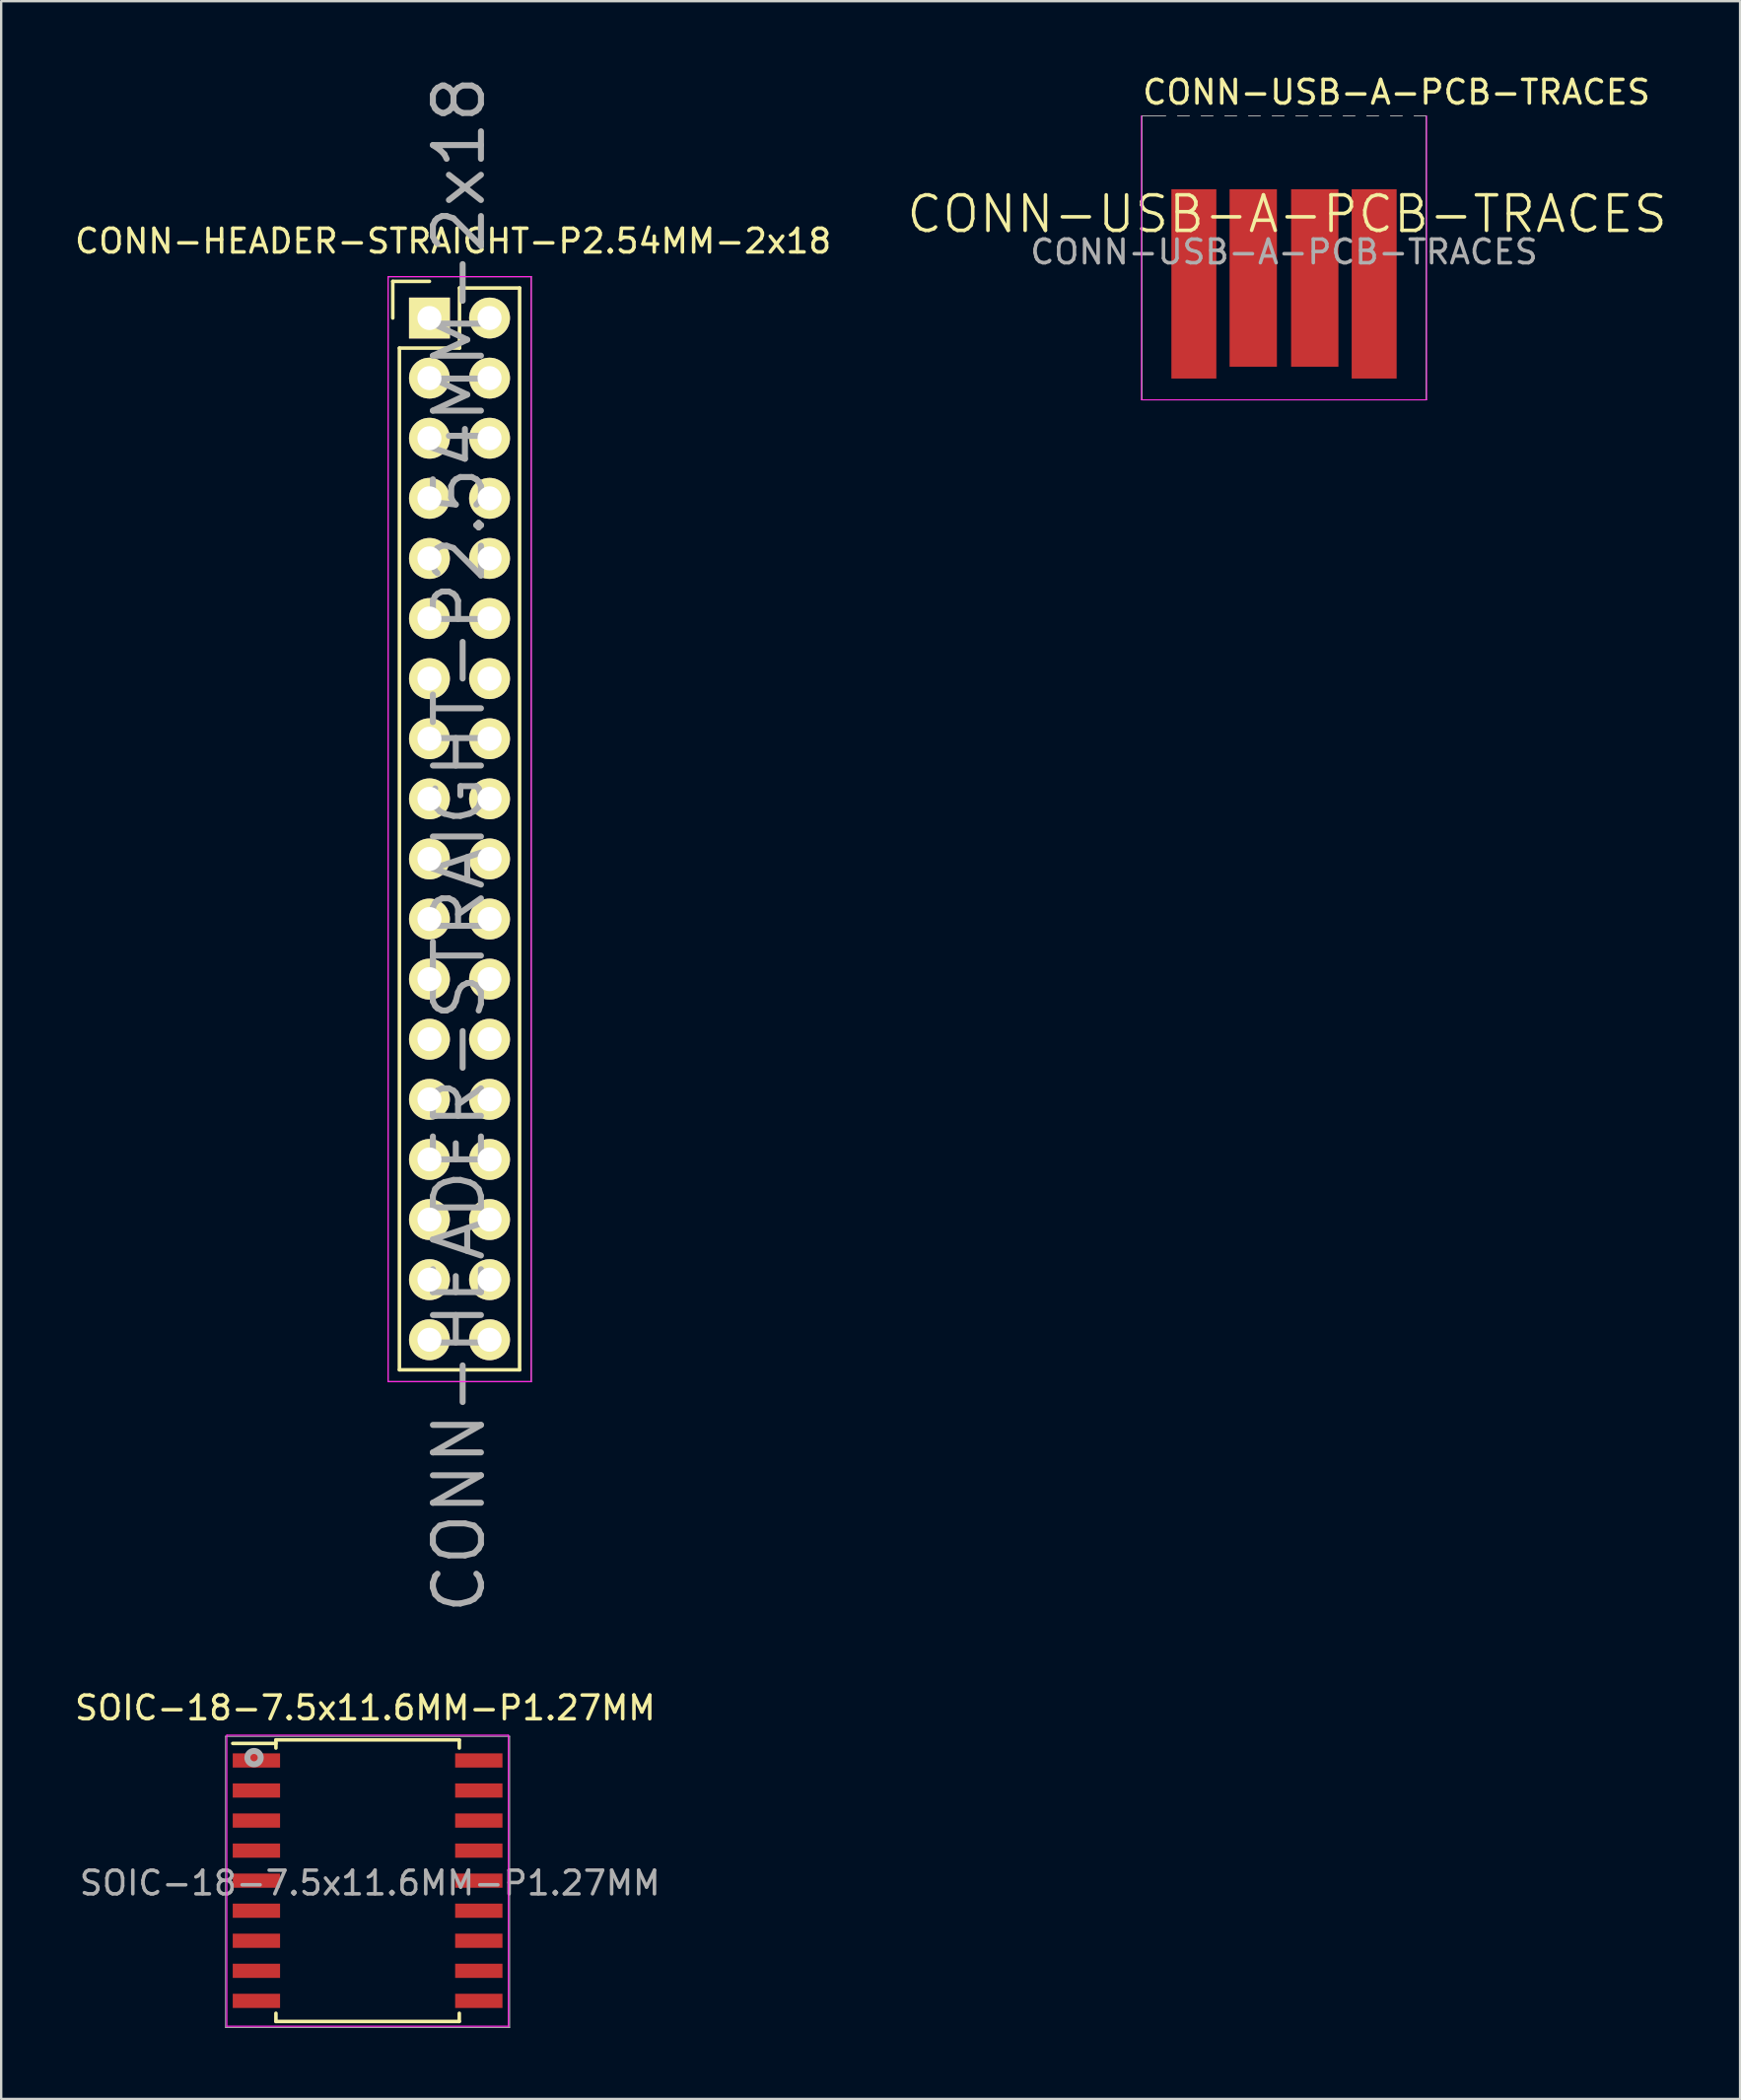
<source format=kicad_pcb>
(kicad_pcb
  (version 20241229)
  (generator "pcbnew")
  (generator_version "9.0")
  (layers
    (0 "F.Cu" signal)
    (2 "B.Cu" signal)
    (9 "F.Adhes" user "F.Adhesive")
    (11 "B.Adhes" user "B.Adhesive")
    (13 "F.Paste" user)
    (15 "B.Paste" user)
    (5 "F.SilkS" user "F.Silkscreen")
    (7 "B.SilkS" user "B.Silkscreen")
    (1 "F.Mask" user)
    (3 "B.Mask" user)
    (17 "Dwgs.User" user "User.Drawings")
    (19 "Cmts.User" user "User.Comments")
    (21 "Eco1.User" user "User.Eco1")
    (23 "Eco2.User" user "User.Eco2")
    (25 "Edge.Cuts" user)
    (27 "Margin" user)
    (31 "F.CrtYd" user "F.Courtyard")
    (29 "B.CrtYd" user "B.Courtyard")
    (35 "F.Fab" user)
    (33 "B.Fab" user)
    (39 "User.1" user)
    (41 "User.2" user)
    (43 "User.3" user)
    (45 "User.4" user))
  (footprint "SOIC-18-7.5x11.6MM-P1.27MM"
    (layer "F.Cu")
    (at 12.487 76.431)
    (property "Reference" "SOIC-18-7.5x11.6MM-P1.27MM" (at 0.1 0.1 0) (layer "F.Fab") (effects (font (size 1 1) (thickness 0.15))))
    (attr smd)
    (fp_line (start -3.875 -5.95) (end -3.875 -5.605) (stroke (width 0.15) (type solid)) (layer "F.SilkS"))
    (fp_line (start -3.875 -5.95) (end 3.875 -5.95) (stroke (width 0.15) (type solid)) (layer "F.SilkS"))
    (fp_line (start -3.875 -5.8) (end -5.7 -5.8) (stroke (width 0.15) (type solid)) (layer "F.SilkS"))
    (fp_line (start -3.875 5.95) (end -3.875 5.605) (stroke (width 0.15) (type solid)) (layer "F.SilkS"))
    (fp_line (start -3.875 5.95) (end 3.875 5.95) (stroke (width 0.15) (type solid)) (layer "F.SilkS"))
    (fp_line (start 3.875 -5.95) (end 3.875 -5.605) (stroke (width 0.15) (type solid)) (layer "F.SilkS"))
    (fp_line (start 3.875 5.95) (end 3.875 5.605) (stroke (width 0.15) (type solid)) (layer "F.SilkS"))
    (fp_line (start -5.95 -6.15) (end -5.95 6.15) (stroke (width 0.05) (type solid)) (layer "F.CrtYd"))
    (fp_line (start -5.95 -6.15) (end 5.95 -6.15) (stroke (width 0.05) (type solid)) (layer "F.CrtYd"))
    (fp_line (start -5.95 6.15) (end 5.95 6.15) (stroke (width 0.05) (type solid)) (layer "F.CrtYd"))
    (fp_line (start 5.95 -6.15) (end 5.95 6.15) (stroke (width 0.05) (type solid)) (layer "F.CrtYd"))
    (fp_line (start -6 -6.1) (end -6 6.2) (stroke (width 0.051) (type solid)) (layer "F.Fab"))
    (fp_line (start -6 6.2) (end 6 6.2) (stroke (width 0.051) (type solid)) (layer "F.Fab"))
    (fp_line (start 6 -6.1) (end -6 -6.1) (stroke (width 0.051) (type solid)) (layer "F.Fab"))
    (fp_line (start 6 6.2) (end 6 -6.1) (stroke (width 0.051) (type solid)) (layer "F.Fab"))
    (fp_circle (center -4.8 -5.2) (end -4.6 -5) (stroke (width 0.254) (type solid)) (fill no) (layer "F.Fab"))
    (fp_text user "${REFERENCE}" (at -0.1 -7.3 0) (layer "F.SilkS") (effects (font (size 1 1) (thickness 0.15))))
    (pad "1" smd rect (at -4.7 -5.08) (size 2 0.6) (layers "F.Cu" "F.Mask" "F.Paste"))
    (pad "2" smd rect (at -4.7 -3.81) (size 2 0.6) (layers "F.Cu" "F.Mask" "F.Paste"))
    (pad "3" smd rect (at -4.7 -2.54) (size 2 0.6) (layers "F.Cu" "F.Mask" "F.Paste"))
    (pad "4" smd rect (at -4.7 -1.27) (size 2 0.6) (layers "F.Cu" "F.Mask" "F.Paste"))
    (pad "5" smd rect (at -4.7 0) (size 2 0.6) (layers "F.Cu" "F.Mask" "F.Paste"))
    (pad "6" smd rect (at -4.7 1.27) (size 2 0.6) (layers "F.Cu" "F.Mask" "F.Paste"))
    (pad "7" smd rect (at -4.7 2.54) (size 2 0.6) (layers "F.Cu" "F.Mask" "F.Paste"))
    (pad "8" smd rect (at -4.7 3.81) (size 2 0.6) (layers "F.Cu" "F.Mask" "F.Paste"))
    (pad "9" smd rect (at -4.7 5.08) (size 2 0.6) (layers "F.Cu" "F.Mask" "F.Paste"))
    (pad "10" smd rect (at 4.7 5.08) (size 2 0.6) (layers "F.Cu" "F.Mask" "F.Paste"))
    (pad "11" smd rect (at 4.7 3.81) (size 2 0.6) (layers "F.Cu" "F.Mask" "F.Paste"))
    (pad "12" smd rect (at 4.7 2.54) (size 2 0.6) (layers "F.Cu" "F.Mask" "F.Paste"))
    (pad "13" smd rect (at 4.7 1.27) (size 2 0.6) (layers "F.Cu" "F.Mask" "F.Paste"))
    (pad "14" smd rect (at 4.7 0) (size 2 0.6) (layers "F.Cu" "F.Mask" "F.Paste"))
    (pad "15" smd rect (at 4.7 -1.27) (size 2 0.6) (layers "F.Cu" "F.Mask" "F.Paste"))
    (pad "16" smd rect (at 4.7 -2.54) (size 2 0.6) (layers "F.Cu" "F.Mask" "F.Paste"))
    (pad "17" smd rect (at 4.7 -3.81) (size 2 0.6) (layers "F.Cu" "F.Mask" "F.Paste"))
    (pad "18" smd rect (at 4.7 -5.08) (size 2 0.6) (layers "F.Cu" "F.Mask" "F.Paste")))
  (footprint "CONN-USB-A-PCB-TRACES"
    (layer "F.Cu")
    (at 51.219 13.848)
    (property "Reference" "CONN-USB-A-PCB-TRACES" (at 0.13 -7.85 0) (layer "F.SilkS") (effects (font (size 1.5 1.5) (thickness 0.15))))
    (attr exclude_from_pos_files exclude_from_bom)
    (fp_line (start -6.03 0) (end -6.03 -12) (stroke (width 0.041) (type solid)) (layer "F.CrtYd"))
    (fp_line (start 6.03 0) (end -6.03 0) (stroke (width 0.041) (type solid)) (layer "F.CrtYd"))
    (fp_line (start 6.03 0) (end 6.03 -12) (stroke (width 0.041) (type solid)) (layer "F.CrtYd"))
    (fp_line (start -6 -12) (end -5 -12) (stroke (width 0.041) (type solid)) (layer "F.Fab"))
    (fp_line (start -6 0) (end -6 -12) (stroke (width 0.041) (type solid)) (layer "F.Fab"))
    (fp_line (start -4.5 -12) (end -4 -12) (stroke (width 0.041) (type solid)) (layer "F.Fab"))
    (fp_line (start -3.5 -12) (end -3 -12) (stroke (width 0.041) (type solid)) (layer "F.Fab"))
    (fp_line (start -2.5 -12) (end -2 -12) (stroke (width 0.041) (type solid)) (layer "F.Fab"))
    (fp_line (start -1.5 -12) (end -1 -12) (stroke (width 0.041) (type solid)) (layer "F.Fab"))
    (fp_line (start -0.5 -12) (end 0 -12) (stroke (width 0.041) (type solid)) (layer "F.Fab"))
    (fp_line (start 0.5 -12) (end 1 -12) (stroke (width 0.041) (type solid)) (layer "F.Fab"))
    (fp_line (start 1.5 -12) (end 2 -12) (stroke (width 0.041) (type solid)) (layer "F.Fab"))
    (fp_line (start 2.5 -12) (end 3 -12) (stroke (width 0.041) (type solid)) (layer "F.Fab"))
    (fp_line (start 3.5 -12) (end 4 -12) (stroke (width 0.041) (type solid)) (layer "F.Fab"))
    (fp_line (start 4.5 -12) (end 5 -12) (stroke (width 0.041) (type solid)) (layer "F.Fab"))
    (fp_line (start 5.5 -12) (end 6 -12) (stroke (width 0.041) (type solid)) (layer "F.Fab"))
    (fp_line (start 6 -12) (end 6 0) (stroke (width 0.041) (type solid)) (layer "F.Fab"))
    (fp_line (start 6 0) (end -6 0) (stroke (width 0.041) (type solid)) (layer "F.Fab"))
    (fp_text user "${REFERENCE}" (at 4.75 -13 0) (layer "F.SilkS") (effects (font (size 1 1) (thickness 0.15))))
    (fp_text user "${REFERENCE}" (at 0 -6.25 0) (layer "F.Fab") (effects (font (size 1 1) (thickness 0.15))))
    (pad "1" connect rect (at 3.81 -4.9) (size 1.9 8) (layers "F.Cu" "F.Mask"))
    (pad "2" connect rect (at 1.3 -5.15) (size 2 7.5) (layers "F.Cu" "F.Mask"))
    (pad "3" connect rect (at -1.3 -5.15) (size 2 7.5) (layers "F.Cu" "F.Mask"))
    (pad "4" connect rect (at -3.81 -4.9) (size 1.9 8) (layers "F.Cu" "F.Mask")))
  (footprint "CONN-HEADER-STRAIGHT-P2.54MM-2x18"
    (layer "F.Cu")
    (at 15.101 10.391)
    (property "Reference" "CONN-HEADER-STRAIGHT-P2.54MM-2x18" (at 1.25 22.25 90) (layer "F.Fab") (effects (font (size 2.032 2.032) (thickness 0.254))))
    (attr through_hole)
    (fp_line (start -1.55 -1.55) (end -1.55 0) (stroke (width 0.15) (type solid)) (layer "F.SilkS"))
    (fp_line (start -1.27 44.45) (end -1.27 1.27) (stroke (width 0.15) (type solid)) (layer "F.SilkS"))
    (fp_line (start 0 -1.55) (end -1.55 -1.55) (stroke (width 0.15) (type solid)) (layer "F.SilkS"))
    (fp_line (start 1.27 -1.27) (end 1.27 1.27) (stroke (width 0.15) (type solid)) (layer "F.SilkS"))
    (fp_line (start 1.27 1.27) (end -1.27 1.27) (stroke (width 0.15) (type solid)) (layer "F.SilkS"))
    (fp_line (start 3.81 -1.27) (end 1.27 -1.27) (stroke (width 0.15) (type solid)) (layer "F.SilkS"))
    (fp_line (start 3.81 -1.27) (end 3.81 44.45) (stroke (width 0.15) (type solid)) (layer "F.SilkS"))
    (fp_line (start 3.81 44.45) (end -1.27 44.45) (stroke (width 0.15) (type solid)) (layer "F.SilkS"))
    (fp_line (start -1.75 -1.75) (end -1.75 44.95) (stroke (width 0.05) (type solid)) (layer "F.CrtYd"))
    (fp_line (start -1.75 -1.75) (end 4.3 -1.75) (stroke (width 0.05) (type solid)) (layer "F.CrtYd"))
    (fp_line (start -1.75 44.95) (end 4.3 44.95) (stroke (width 0.05) (type solid)) (layer "F.CrtYd"))
    (fp_line (start 4.3 -1.75) (end 4.3 44.95) (stroke (width 0.05) (type solid)) (layer "F.CrtYd"))
    (fp_line (start -1.75 -1.75) (end -1.75 44.95) (stroke (width 0.05) (type solid)) (layer "F.Fab"))
    (fp_line (start -1.75 -1.75) (end 4.3 -1.75) (stroke (width 0.05) (type solid)) (layer "F.Fab"))
    (fp_line (start -1.75 44.95) (end 4.3 44.95) (stroke (width 0.05) (type solid)) (layer "F.Fab"))
    (fp_line (start 4.3 -1.75) (end 4.3 44.95) (stroke (width 0.05) (type solid)) (layer "F.Fab"))
    (fp_text user "${REFERENCE}" (at 1 -3.25 0) (layer "F.SilkS") (effects (font (size 1 1) (thickness 0.15))))
    (pad "1" thru_hole rect (at 0 0) (size 1.727 1.727) (drill 1.016) (layers "*.Cu" "*.Mask" "F.SilkS"))
    (pad "2" thru_hole oval (at 2.54 0) (size 1.727 1.727) (drill 1.016) (layers "*.Cu" "*.Mask" "F.SilkS"))
    (pad "3" thru_hole oval (at 0 2.54) (size 1.727 1.727) (drill 1.016) (layers "*.Cu" "*.Mask" "F.SilkS"))
    (pad "4" thru_hole oval (at 2.54 2.54) (size 1.727 1.727) (drill 1.016) (layers "*.Cu" "*.Mask" "F.SilkS"))
    (pad "5" thru_hole oval (at 0 5.08) (size 1.727 1.727) (drill 1.016) (layers "*.Cu" "*.Mask" "F.SilkS"))
    (pad "6" thru_hole oval (at 2.54 5.08) (size 1.727 1.727) (drill 1.016) (layers "*.Cu" "*.Mask" "F.SilkS"))
    (pad "7" thru_hole oval (at 0 7.62) (size 1.727 1.727) (drill 1.016) (layers "*.Cu" "*.Mask" "F.SilkS"))
    (pad "8" thru_hole oval (at 2.54 7.62) (size 1.727 1.727) (drill 1.016) (layers "*.Cu" "*.Mask" "F.SilkS"))
    (pad "9" thru_hole oval (at 0 10.16) (size 1.727 1.727) (drill 1.016) (layers "*.Cu" "*.Mask" "F.SilkS"))
    (pad "10" thru_hole oval (at 2.54 10.16) (size 1.727 1.727) (drill 1.016) (layers "*.Cu" "*.Mask" "F.SilkS"))
    (pad "11" thru_hole oval (at 0 12.7) (size 1.727 1.727) (drill 1.016) (layers "*.Cu" "*.Mask" "F.SilkS"))
    (pad "12" thru_hole oval (at 2.54 12.7) (size 1.727 1.727) (drill 1.016) (layers "*.Cu" "*.Mask" "F.SilkS"))
    (pad "13" thru_hole oval (at 0 15.24) (size 1.727 1.727) (drill 1.016) (layers "*.Cu" "*.Mask" "F.SilkS"))
    (pad "14" thru_hole oval (at 2.54 15.24) (size 1.727 1.727) (drill 1.016) (layers "*.Cu" "*.Mask" "F.SilkS"))
    (pad "15" thru_hole oval (at 0 17.78) (size 1.727 1.727) (drill 1.016) (layers "*.Cu" "*.Mask" "F.SilkS"))
    (pad "16" thru_hole oval (at 2.54 17.78) (size 1.727 1.727) (drill 1.016) (layers "*.Cu" "*.Mask" "F.SilkS"))
    (pad "17" thru_hole oval (at 0 20.32) (size 1.727 1.727) (drill 1.016) (layers "*.Cu" "*.Mask" "F.SilkS"))
    (pad "18" thru_hole oval (at 2.54 20.32) (size 1.727 1.727) (drill 1.016) (layers "*.Cu" "*.Mask" "F.SilkS"))
    (pad "19" thru_hole oval (at 0 22.86) (size 1.727 1.727) (drill 1.016) (layers "*.Cu" "*.Mask" "F.SilkS"))
    (pad "20" thru_hole oval (at 2.54 22.86) (size 1.727 1.727) (drill 1.016) (layers "*.Cu" "*.Mask" "F.SilkS"))
    (pad "21" thru_hole oval (at 0 25.4) (size 1.727 1.727) (drill 1.016) (layers "*.Cu" "*.Mask" "F.SilkS"))
    (pad "22" thru_hole oval (at 2.54 25.4) (size 1.727 1.727) (drill 1.016) (layers "*.Cu" "*.Mask" "F.SilkS"))
    (pad "23" thru_hole oval (at 0 27.94) (size 1.727 1.727) (drill 1.016) (layers "*.Cu" "*.Mask" "F.SilkS"))
    (pad "24" thru_hole oval (at 2.54 27.94) (size 1.727 1.727) (drill 1.016) (layers "*.Cu" "*.Mask" "F.SilkS"))
    (pad "25" thru_hole oval (at 0 30.48) (size 1.727 1.727) (drill 1.016) (layers "*.Cu" "*.Mask" "F.SilkS"))
    (pad "26" thru_hole oval (at 2.54 30.48) (size 1.727 1.727) (drill 1.016) (layers "*.Cu" "*.Mask" "F.SilkS"))
    (pad "27" thru_hole oval (at 0 33.02) (size 1.727 1.727) (drill 1.016) (layers "*.Cu" "*.Mask" "F.SilkS"))
    (pad "28" thru_hole oval (at 2.54 33.02) (size 1.727 1.727) (drill 1.016) (layers "*.Cu" "*.Mask" "F.SilkS"))
    (pad "29" thru_hole oval (at 0 35.56) (size 1.727 1.727) (drill 1.016) (layers "*.Cu" "*.Mask" "F.SilkS"))
    (pad "30" thru_hole oval (at 2.54 35.56) (size 1.727 1.727) (drill 1.016) (layers "*.Cu" "*.Mask" "F.SilkS"))
    (pad "31" thru_hole oval (at 0 38.1) (size 1.727 1.727) (drill 1.016) (layers "*.Cu" "*.Mask" "F.SilkS"))
    (pad "32" thru_hole oval (at 2.54 38.1) (size 1.727 1.727) (drill 1.016) (layers "*.Cu" "*.Mask" "F.SilkS"))
    (pad "33" thru_hole oval (at 0 40.64) (size 1.727 1.727) (drill 1.016) (layers "*.Cu" "*.Mask" "F.SilkS"))
    (pad "34" thru_hole oval (at 2.54 40.64) (size 1.727 1.727) (drill 1.016) (layers "*.Cu" "*.Mask" "F.SilkS"))
    (pad "35" thru_hole oval (at 0 43.18) (size 1.727 1.727) (drill 1.016) (layers "*.Cu" "*.Mask" "F.SilkS"))
    (pad "36" thru_hole oval (at 2.54 43.18) (size 1.727 1.727) (drill 1.016) (layers "*.Cu" "*.Mask" "F.SilkS")))
  (gr_rect
    (start -3 -3)
    (end 70.495 85.656)
    (stroke (width 0.1) (type default))
    (fill no)
    (layer "Edge.Cuts")))
</source>
